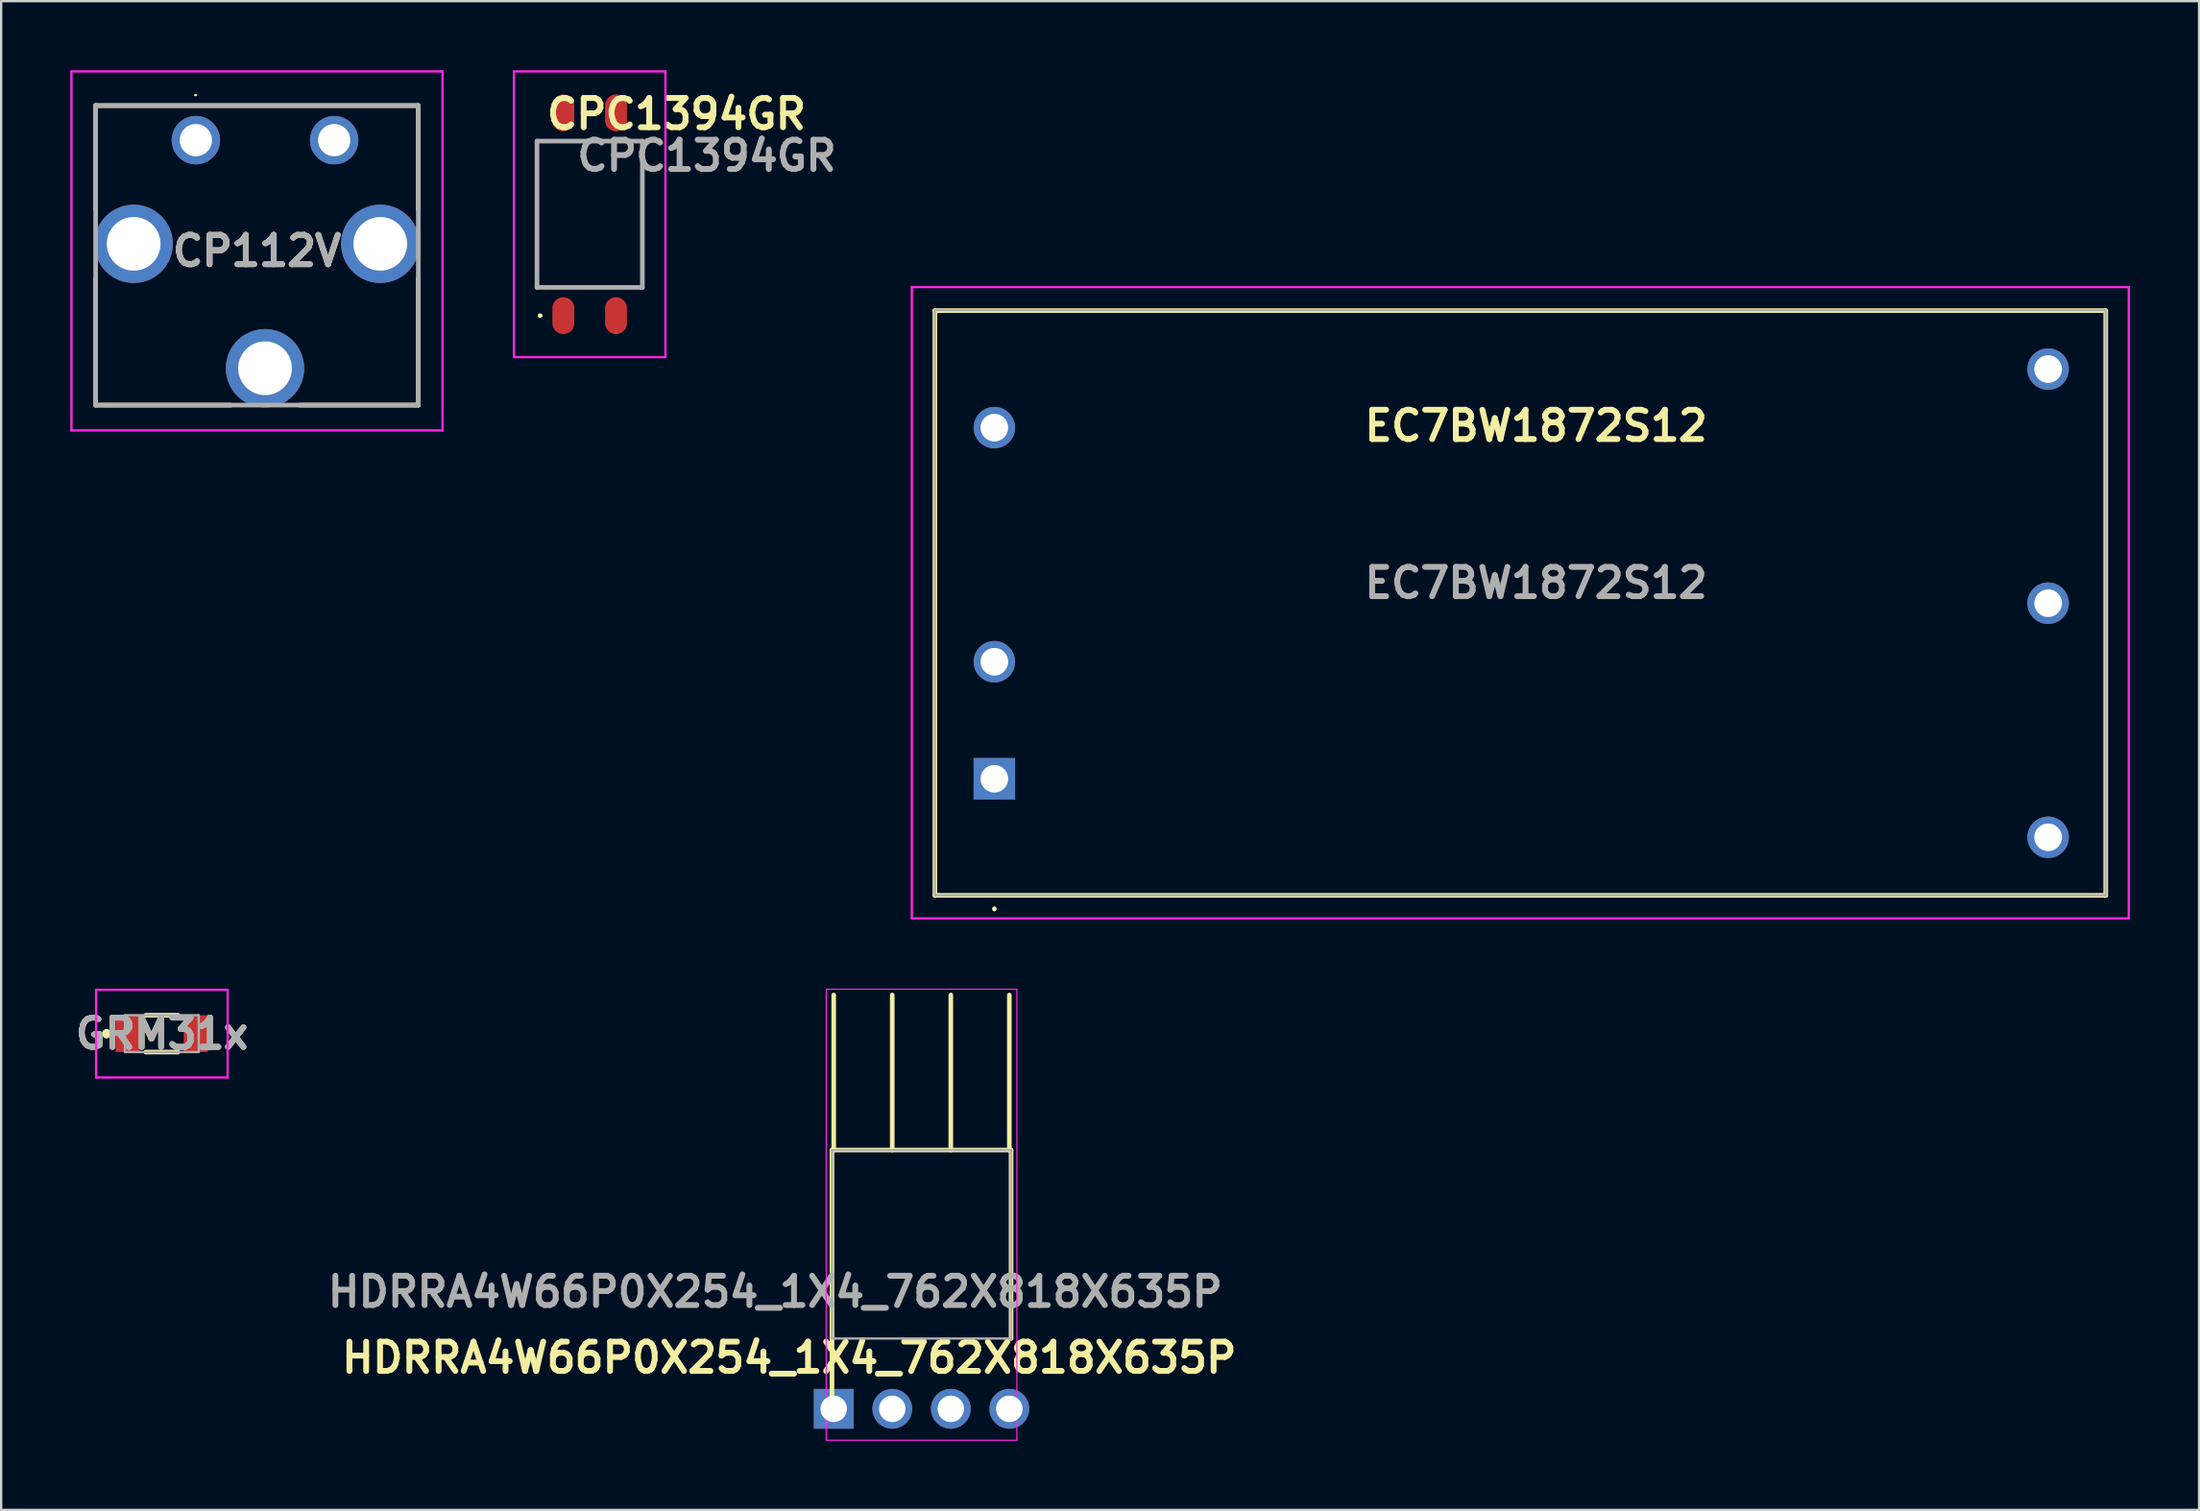
<source format=kicad_pcb>
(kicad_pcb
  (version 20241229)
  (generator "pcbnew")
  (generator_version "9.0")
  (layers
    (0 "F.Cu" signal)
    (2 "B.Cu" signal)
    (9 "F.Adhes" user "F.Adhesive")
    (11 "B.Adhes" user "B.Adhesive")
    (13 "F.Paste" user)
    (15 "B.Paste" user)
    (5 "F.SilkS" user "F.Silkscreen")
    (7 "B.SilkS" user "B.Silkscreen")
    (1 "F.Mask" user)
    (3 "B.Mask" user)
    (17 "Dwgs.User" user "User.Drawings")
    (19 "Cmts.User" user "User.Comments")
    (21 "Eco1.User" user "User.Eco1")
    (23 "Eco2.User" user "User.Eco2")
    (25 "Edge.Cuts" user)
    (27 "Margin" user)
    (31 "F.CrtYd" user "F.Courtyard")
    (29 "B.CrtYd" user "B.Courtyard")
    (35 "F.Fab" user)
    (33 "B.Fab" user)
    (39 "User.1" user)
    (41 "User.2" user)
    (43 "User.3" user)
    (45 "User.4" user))
  (footprint "CP112V"
    (layer "F.Cu")
    (at 5.449 3.033)
    (property "Reference" "CP112V" (at 2.65 4.808 0) (layer "F.SilkS") (effects (font (size 1.27 1.27) (thickness 0.254))))
    (attr through_hole)
    (fp_line (start -4.35 -1.5) (end 9.65 -1.5) (stroke (width 0.2) (type solid)) (layer "F.SilkS"))
    (fp_line (start -4.35 3) (end -4.35 -1.5) (stroke (width 0.2) (type solid)) (layer "F.SilkS"))
    (fp_line (start -4.35 6) (end -4.35 11.5) (stroke (width 0.2) (type solid)) (layer "F.SilkS"))
    (fp_line (start -4.35 11.5) (end 1.5 11.5) (stroke (width 0.2) (type solid)) (layer "F.SilkS"))
    (fp_line (start -0.039 -1.956) (end -0.039 -1.956) (stroke (width 0.053) (type solid)) (layer "F.SilkS"))
    (fp_line (start 0.014 -1.956) (end 0.014 -1.956) (stroke (width 0.053) (type solid)) (layer "F.SilkS"))
    (fp_line (start 4.5 11.5) (end 9.5 11.5) (stroke (width 0.2) (type solid)) (layer "F.SilkS"))
    (fp_line (start 9.5 11.5) (end 9.65 11.5) (stroke (width 0.2) (type solid)) (layer "F.SilkS"))
    (fp_line (start 9.65 -1.5) (end 9.65 3) (stroke (width 0.2) (type solid)) (layer "F.SilkS"))
    (fp_line (start 9.65 11.5) (end 9.65 6) (stroke (width 0.2) (type solid)) (layer "F.SilkS"))
    (fp_arc (start -0.039 -1.955) (mid -0.013 -1.982) (end 0.014 -1.956) (stroke (width 0.053) (type solid)) (layer "F.SilkS"))
    (fp_arc (start 0.014 -1.955) (mid -0.013 -1.929) (end -0.039 -1.956) (stroke (width 0.053) (type solid)) (layer "F.SilkS"))
    (fp_line (start -5.399 -2.983) (end 10.7 -2.983) (stroke (width 0.1) (type solid)) (layer "F.CrtYd"))
    (fp_line (start -5.399 12.6) (end -5.399 -2.983) (stroke (width 0.1) (type solid)) (layer "F.CrtYd"))
    (fp_line (start 10.7 -2.983) (end 10.7 12.6) (stroke (width 0.1) (type solid)) (layer "F.CrtYd"))
    (fp_line (start 10.7 12.6) (end -5.399 12.6) (stroke (width 0.1) (type solid)) (layer "F.CrtYd"))
    (fp_line (start -4.35 -1.5) (end 9.65 -1.5) (stroke (width 0.2) (type solid)) (layer "F.Fab"))
    (fp_line (start -4.35 11.5) (end -4.35 -1.5) (stroke (width 0.2) (type solid)) (layer "F.Fab"))
    (fp_line (start 9.65 -1.5) (end 9.65 11.5) (stroke (width 0.2) (type solid)) (layer "F.Fab"))
    (fp_line (start 9.65 11.5) (end -4.35 11.5) (stroke (width 0.2) (type solid)) (layer "F.Fab"))
    (fp_text user "${REFERENCE}" (at 2.65 4.808 0) (layer "F.Fab") (effects (font (size 1.27 1.27) (thickness 0.254))))
    (pad "1" thru_hole circle (at 0 0) (size 2.1 2.1) (drill 1.4) (layers "*.Cu" "*.Mask"))
    (pad "2" thru_hole circle (at -2.7 4.5) (size 3.4 3.4) (drill 2.33) (layers "*.Cu" "*.Mask"))
    (pad "3" thru_hole circle (at 3 9.9) (size 3.4 3.4) (drill 2.33) (layers "*.Cu" "*.Mask"))
    (pad "4" thru_hole circle (at 8 4.5) (size 3.4 3.4) (drill 2.33) (layers "*.Cu" "*.Mask"))
    (pad "5" thru_hole circle (at 6 0) (size 2.1 2.1) (drill 1.4) (layers "*.Cu" "*.Mask")))
  (footprint "EC7BW1872S12"
    (layer "F.Cu")
    (at 55.593 0.25)
    (property "Reference" "EC7BW1872S12" (at 8 15.18 0) (layer "F.SilkS") (effects (font (size 1.27 1.27) (thickness 0.254))))
    (attr through_hole)
    (fp_line (start -18.08 10.18) (end -18.08 35.56) (stroke (width 0.2) (type solid)) (layer "F.SilkS"))
    (fp_line (start -18.08 35.56) (end 32.72 35.56) (stroke (width 0.2) (type solid)) (layer "F.SilkS"))
    (fp_line (start -15.5 36.1) (end -15.5 36.1) (stroke (width 0.1) (type solid)) (layer "F.SilkS"))
    (fp_line (start -15.5 36.2) (end -15.5 36.2) (stroke (width 0.1) (type solid)) (layer "F.SilkS"))
    (fp_line (start 32.72 10.18) (end -18.08 10.18) (stroke (width 0.2) (type solid)) (layer "F.SilkS"))
    (fp_line (start 32.72 35.56) (end 32.72 10.18) (stroke (width 0.2) (type solid)) (layer "F.SilkS"))
    (fp_arc (start -15.5 36.1) (mid -15.45 36.15) (end -15.5 36.2) (stroke (width 0.1) (type solid)) (layer "F.SilkS"))
    (fp_arc (start -15.5 36.2) (mid -15.55 36.15) (end -15.5 36.1) (stroke (width 0.1) (type solid)) (layer "F.SilkS"))
    (fp_line (start -19.08 9.16) (end -19.08 36.56) (stroke (width 0.1) (type solid)) (layer "F.CrtYd"))
    (fp_line (start -19.08 36.56) (end 33.72 36.56) (stroke (width 0.1) (type solid)) (layer "F.CrtYd"))
    (fp_line (start 33.72 9.16) (end -19.08 9.16) (stroke (width 0.1) (type solid)) (layer "F.CrtYd"))
    (fp_line (start 33.72 36.56) (end 33.72 9.16) (stroke (width 0.1) (type solid)) (layer "F.CrtYd"))
    (fp_line (start -18.08 10.16) (end -18.08 35.56) (stroke (width 0.1) (type solid)) (layer "F.Fab"))
    (fp_line (start -18.08 35.56) (end 32.72 35.56) (stroke (width 0.1) (type solid)) (layer "F.Fab"))
    (fp_line (start 32.72 10.16) (end -18.08 10.16) (stroke (width 0.1) (type solid)) (layer "F.Fab"))
    (fp_line (start 32.72 35.56) (end 32.72 10.16) (stroke (width 0.1) (type solid)) (layer "F.Fab"))
    (fp_text user "${REFERENCE}" (at 8 22 0) (layer "F.Fab") (effects (font (size 1.27 1.27) (thickness 0.254))))
    (pad "1" thru_hole rect (at -15.5 30.5 90) (size 1.8 1.8) (drill 1.2) (layers "*.Cu" "*.Mask"))
    (pad "2" thru_hole circle (at -15.5 25.42 90) (size 1.8 1.8) (drill 1.2) (layers "*.Cu" "*.Mask"))
    (pad "3" thru_hole circle (at 30.22 33.04 90) (size 1.8 1.8) (drill 1.2) (layers "*.Cu" "*.Mask"))
    (pad "4" thru_hole circle (at 30.22 12.72 90) (size 1.8 1.8) (drill 1.2) (layers "*.Cu" "*.Mask"))
    (pad "5" thru_hole circle (at 30.22 22.88 90) (size 1.8 1.8) (drill 1.2) (layers "*.Cu" "*.Mask"))
    (pad "6" thru_hole circle (at -15.5 15.26 90) (size 1.8 1.8) (drill 1.2) (layers "*.Cu" "*.Mask")))
  (footprint "GRM31x"
    (layer "F.Cu")
    (at 3.973 41.812)
    (property "Reference" "GRM31x" (at 0 0 0) (layer "F.SilkS") (effects (font (size 1.27 1.27) (thickness 0.254))))
    (attr smd)
    (fp_line (start -2.4 -0.1) (end -2.4 -0.1) (stroke (width 0.2) (type solid)) (layer "F.SilkS"))
    (fp_line (start -2.4 0.1) (end -2.4 0.1) (stroke (width 0.2) (type solid)) (layer "F.SilkS"))
    (fp_line (start -0.7 -0.8) (end 0.7 -0.8) (stroke (width 0.2) (type solid)) (layer "F.SilkS"))
    (fp_line (start -0.7 0.8) (end 0.7 0.8) (stroke (width 0.2) (type solid)) (layer "F.SilkS"))
    (fp_arc (start -2.4 -0.1) (mid -2.3 0) (end -2.4 0.1) (stroke (width 0.2) (type solid)) (layer "F.SilkS"))
    (fp_arc (start -2.4 0.1) (mid -2.5 0) (end -2.4 -0.1) (stroke (width 0.2) (type solid)) (layer "F.SilkS"))
    (fp_line (start -2.854 -1.902) (end 2.854 -1.902) (stroke (width 0.1) (type solid)) (layer "F.CrtYd"))
    (fp_line (start -2.854 1.902) (end -2.854 -1.902) (stroke (width 0.1) (type solid)) (layer "F.CrtYd"))
    (fp_line (start 2.854 -1.902) (end 2.854 1.902) (stroke (width 0.1) (type solid)) (layer "F.CrtYd"))
    (fp_line (start 2.854 1.902) (end -2.854 1.902) (stroke (width 0.1) (type solid)) (layer "F.CrtYd"))
    (fp_line (start -1.6 -0.8) (end 1.6 -0.8) (stroke (width 0.1) (type solid)) (layer "F.Fab"))
    (fp_line (start -1.6 0.8) (end -1.6 -0.8) (stroke (width 0.1) (type solid)) (layer "F.Fab"))
    (fp_line (start 1.6 -0.8) (end 1.6 0.8) (stroke (width 0.1) (type solid)) (layer "F.Fab"))
    (fp_line (start 1.6 0.8) (end -1.6 0.8) (stroke (width 0.1) (type solid)) (layer "F.Fab"))
    (fp_text user "${REFERENCE}" (at 0 0 0) (layer "F.Fab") (effects (font (size 1.27 1.27) (thickness 0.254))))
    (pad "1" smd rect (at -1.475 0) (size 1.05 1.6) (layers "F.Cu" "F.Mask" "F.Paste"))
    (pad "2" smd rect (at 1.475 0) (size 1.05 1.6) (layers "F.Cu" "F.Mask" "F.Paste")))
  (footprint "CPC1394GR"
    (layer "F.Cu")
    (at 22.535 6.25)
    (property "Reference" "CPC1394GR" (at 3.763 -4.352 0) (layer "F.SilkS") (effects (font (size 1.27 1.27) (thickness 0.254))))
    (attr smd)
    (fp_line (start -2.286 -3.175) (end 2.286 -3.175) (stroke (width 0.1) (type solid)) (layer "F.SilkS"))
    (fp_line (start -2.286 3.175) (end -2.286 -3.175) (stroke (width 0.1) (type solid)) (layer "F.SilkS"))
    (fp_line (start -2.2 4.4) (end -2.2 4.4) (stroke (width 0.1) (type solid)) (layer "F.SilkS"))
    (fp_line (start -2.1 4.4) (end -2.1 4.4) (stroke (width 0.1) (type solid)) (layer "F.SilkS"))
    (fp_line (start 2.286 -3.175) (end 2.286 3.175) (stroke (width 0.1) (type solid)) (layer "F.SilkS"))
    (fp_line (start 2.286 3.175) (end -2.286 3.175) (stroke (width 0.1) (type solid)) (layer "F.SilkS"))
    (fp_arc (start -2.2 4.4) (mid -2.15 4.35) (end -2.1 4.4) (stroke (width 0.1) (type solid)) (layer "F.SilkS"))
    (fp_arc (start -2.1 4.4) (mid -2.15 4.45) (end -2.2 4.4) (stroke (width 0.1) (type solid)) (layer "F.SilkS"))
    (fp_line (start -3.286 -6.2) (end 3.286 -6.2) (stroke (width 0.1) (type solid)) (layer "F.CrtYd"))
    (fp_line (start -3.286 6.2) (end -3.286 -6.2) (stroke (width 0.1) (type solid)) (layer "F.CrtYd"))
    (fp_line (start 3.286 -6.2) (end 3.286 6.2) (stroke (width 0.1) (type solid)) (layer "F.CrtYd"))
    (fp_line (start 3.286 6.2) (end -3.286 6.2) (stroke (width 0.1) (type solid)) (layer "F.CrtYd"))
    (fp_line (start -2.286 -3.175) (end 2.286 -3.175) (stroke (width 0.2) (type solid)) (layer "F.Fab"))
    (fp_line (start -2.286 3.175) (end -2.286 -3.175) (stroke (width 0.2) (type solid)) (layer "F.Fab"))
    (fp_line (start 2.286 -3.175) (end 2.286 3.175) (stroke (width 0.2) (type solid)) (layer "F.Fab"))
    (fp_line (start 2.286 3.175) (end -2.286 3.175) (stroke (width 0.2) (type solid)) (layer "F.Fab"))
    (fp_text user "${REFERENCE}" (at 5.08 -2.54 0) (layer "F.Fab") (effects (font (size 1.27 1.27) (thickness 0.254))))
    (pad "1" smd oval (at -1.143 4.4) (size 0.95 1.6) (layers "F.Cu" "F.Mask" "F.Paste"))
    (pad "2" smd oval (at 1.143 4.4) (size 0.95 1.6) (layers "F.Cu" "F.Mask" "F.Paste"))
    (pad "3" smd oval (at 1.143 -4.4) (size 0.95 1.6) (layers "F.Cu" "F.Mask" "F.Paste"))
    (pad "4" smd oval (at -1.143 -4.4) (size 0.95 1.6) (layers "F.Cu" "F.Mask" "F.Paste")))
  (footprint "HDRRA4W66P0X254_1X4_762X818X635P"
    (layer "F.Cu")
    (at 33.123 58.095)
    (property "Reference" "HDRRA4W66P0X254_1X4_762X818X635P" (at -1.932 -2.22 0) (layer "F.SilkS") (effects (font (size 1.27 1.27) (thickness 0.254))))
    (attr through_hole)
    (fp_line (start -0.075 -11.23) (end 7.695 -11.23) (stroke (width 0.2) (type solid)) (layer "F.SilkS"))
    (fp_line (start -0.075 0) (end -0.075 -11.23) (stroke (width 0.2) (type solid)) (layer "F.SilkS"))
    (fp_line (start 0 -11.23) (end 0 -17.96) (stroke (width 0.2) (type solid)) (layer "F.SilkS"))
    (fp_line (start 2.54 -11.23) (end 2.54 -17.96) (stroke (width 0.2) (type solid)) (layer "F.SilkS"))
    (fp_line (start 5.08 -11.23) (end 5.08 -17.96) (stroke (width 0.2) (type solid)) (layer "F.SilkS"))
    (fp_line (start 7.62 -11.23) (end 7.62 -17.96) (stroke (width 0.2) (type solid)) (layer "F.SilkS"))
    (fp_line (start 7.695 -11.23) (end 7.695 -3.05) (stroke (width 0.2) (type solid)) (layer "F.SilkS"))
    (fp_line (start -0.325 -18.21) (end -0.325 1.362) (stroke (width 0.05) (type solid)) (layer "F.CrtYd"))
    (fp_line (start -0.325 1.362) (end 7.945 1.362) (stroke (width 0.05) (type solid)) (layer "F.CrtYd"))
    (fp_line (start 7.945 -18.21) (end -0.325 -18.21) (stroke (width 0.05) (type solid)) (layer "F.CrtYd"))
    (fp_line (start 7.945 1.362) (end 7.945 -18.21) (stroke (width 0.05) (type solid)) (layer "F.CrtYd"))
    (fp_line (start -0.075 -11.23) (end 7.695 -11.23) (stroke (width 0.1) (type solid)) (layer "F.Fab"))
    (fp_line (start -0.075 -3.05) (end -0.075 -11.23) (stroke (width 0.1) (type solid)) (layer "F.Fab"))
    (fp_line (start 7.695 -11.23) (end 7.695 -3.05) (stroke (width 0.1) (type solid)) (layer "F.Fab"))
    (fp_line (start 7.695 -3.05) (end -0.075 -3.05) (stroke (width 0.1) (type solid)) (layer "F.Fab"))
    (fp_text user "${REFERENCE}" (at -2.54 -5.08 0) (layer "F.Fab") (effects (font (size 1.27 1.27) (thickness 0.254))))
    (pad "1" thru_hole rect (at 0 0) (size 1.725 1.725) (drill 1.15) (layers "*.Cu" "*.Mask"))
    (pad "2" thru_hole circle (at 2.54 0) (size 1.725 1.725) (drill 1.15) (layers "*.Cu" "*.Mask"))
    (pad "3" thru_hole circle (at 5.08 0) (size 1.725 1.725) (drill 1.15) (layers "*.Cu" "*.Mask"))
    (pad "4" thru_hole circle (at 7.62 0) (size 1.725 1.725) (drill 1.15) (layers "*.Cu" "*.Mask")))
  (gr_rect
    (start -3 -3)
    (end 92.363 62.482)
    (stroke (width 0.1) (type default))
    (fill no)
    (layer "Edge.Cuts")))
</source>
